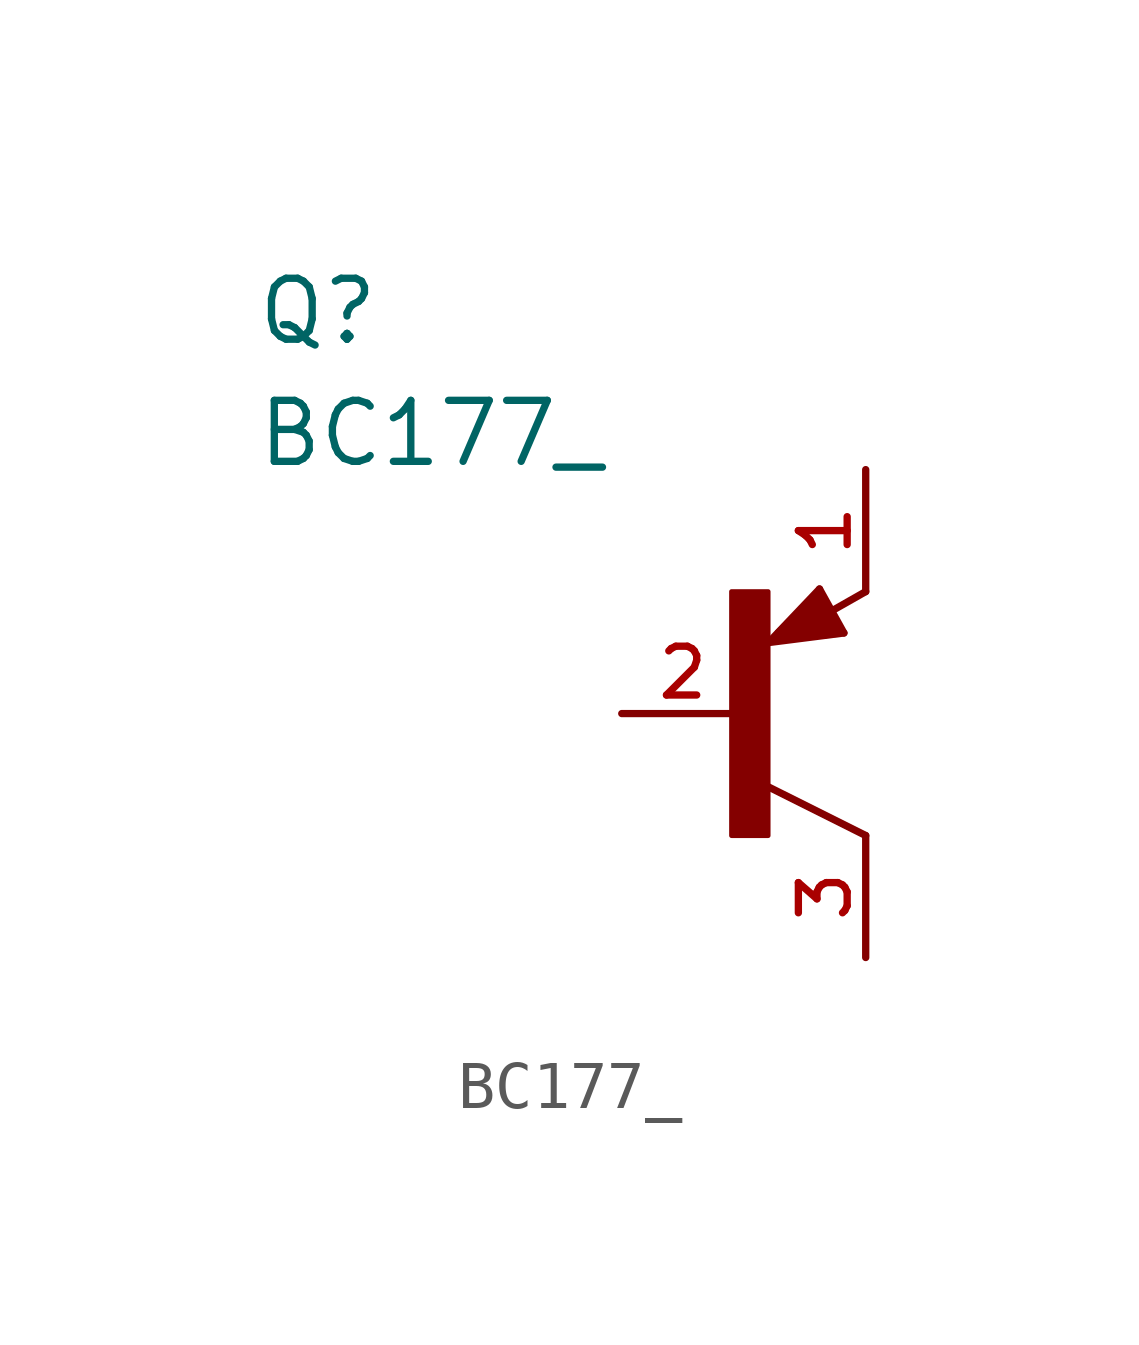
<source format=kicad_sym>
(kicad_symbol_lib
  (version 20211014)
  (generator kicad_symbol_editor)
  (symbol "BC177_"
    (pin_names
      (offset 1.016))
    (property "Reference" "Q"
      (at -10.176 7.632 0)
      (effects (font (size 1.27 1.27)) (justify bottom left)))
    (property "Value" "BC177_"
      (at -10.178 5.089 0)
      (effects (font (size 1.27 1.27)) (justify bottom left)))
    (symbol "BC177__0_0"
      (polyline (pts (xy 2.086 1.678) (xy 1.578 2.594)) (stroke (width 0.152)))
      (polyline (pts (xy 1.578 2.594) (xy 0.516 1.478)) (stroke (width 0.152)))
      (polyline (pts (xy 0.516 1.478) (xy 2.086 1.678)) (stroke (width 0.152)))
      (polyline (pts (xy 2.54 2.54) (xy 1.808 2.124)) (stroke (width 0.152)))
      (polyline (pts (xy 2.54 -2.54) (xy 0.508 -1.524)) (stroke (width 0.152)))
      (polyline (pts (xy 1.905 1.778) (xy 1.524 2.413)) (stroke (width 0.254)))
      (polyline (pts (xy 1.524 2.413) (xy 0.762 1.651)) (stroke (width 0.254)))
      (polyline (pts (xy 0.762 1.651) (xy 1.778 1.778)) (stroke (width 0.254)))
      (polyline (pts (xy 1.778 1.778) (xy 1.524 2.159)) (stroke (width 0.254)))
      (polyline (pts (xy 1.524 2.159) (xy 1.143 1.905)) (stroke (width 0.254)))
      (polyline (pts (xy 1.143 1.905) (xy 1.524 1.905)) (stroke (width 0.254)))
      (rectangle (start -0.254 -2.542) (end 0.508 2.54) (stroke (width 0.1)) (fill (type outline)))
      (pin passive line (at -2.54 0.0 0) (length 2.54) (name "~" (effects (font (size 1.016 1.016)))) (number "2" (effects (font (size 1.016 1.016)))))
      (pin passive line (at 2.54 5.08 270.0) (length 2.54) (name "~" (effects (font (size 1.016 1.016)))) (number "1" (effects (font (size 1.016 1.016)))))
      (pin passive line (at 2.54 -5.08 90.0) (length 2.54) (name "~" (effects (font (size 1.016 1.016)))) (number "3" (effects (font (size 1.016 1.016))))))))
</source>
